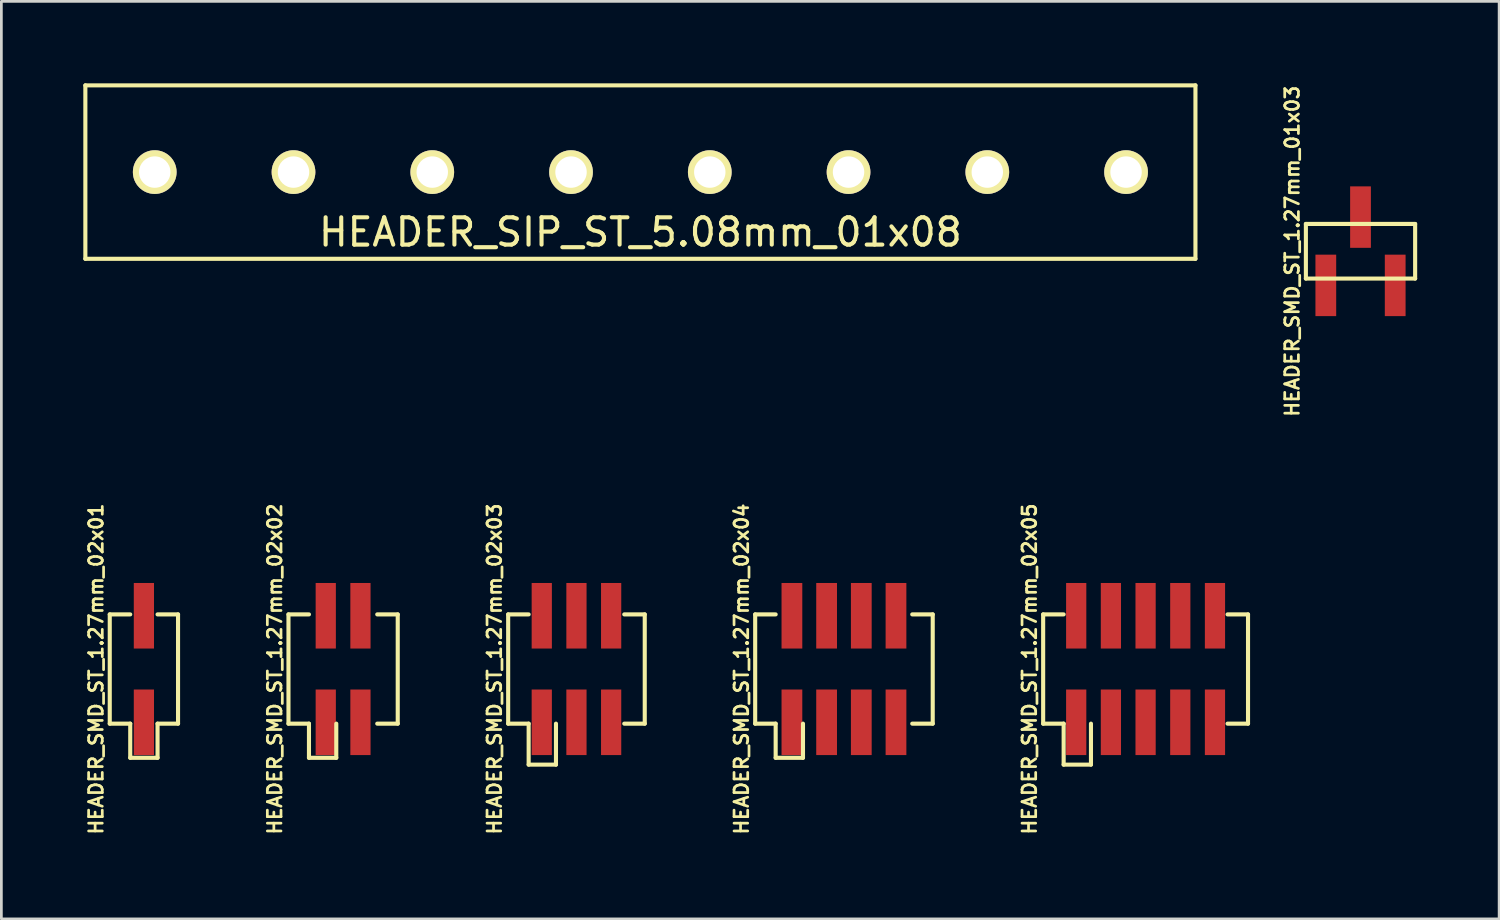
<source format=kicad_pcb>
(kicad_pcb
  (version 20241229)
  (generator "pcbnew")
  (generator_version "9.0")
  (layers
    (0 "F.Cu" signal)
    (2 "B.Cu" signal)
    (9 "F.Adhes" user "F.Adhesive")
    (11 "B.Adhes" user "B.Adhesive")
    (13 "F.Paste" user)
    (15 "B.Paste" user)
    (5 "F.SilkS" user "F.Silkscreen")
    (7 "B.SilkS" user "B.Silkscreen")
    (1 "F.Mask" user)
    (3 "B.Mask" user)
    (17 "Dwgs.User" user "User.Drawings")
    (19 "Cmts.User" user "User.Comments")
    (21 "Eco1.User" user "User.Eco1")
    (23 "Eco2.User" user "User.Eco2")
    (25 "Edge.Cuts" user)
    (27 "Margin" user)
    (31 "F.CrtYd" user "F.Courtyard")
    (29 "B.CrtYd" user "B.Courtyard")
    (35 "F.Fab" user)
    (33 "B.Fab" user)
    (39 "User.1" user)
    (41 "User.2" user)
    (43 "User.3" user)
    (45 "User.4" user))
  (footprint "HEADER_SIP_ST_5.08mm_01x08"
    (layer "F.Cu")
    (at 20.395 3.25)
    (property "Reference" "HEADER_SIP_ST_5.08mm_01x08" (at 0 2.2 0) (layer "F.SilkS") (effects (font (size 1 1) (thickness 0.15))))
    (attr through_hole)
    (fp_line (start -20.32 -3.175) (end -20.32 3.175) (stroke (width 0.15) (type solid)) (layer "F.SilkS"))
    (fp_line (start -20.32 -3.175) (end 20.32 -3.175) (stroke (width 0.15) (type solid)) (layer "F.SilkS"))
    (fp_line (start -20.32 3.175) (end 20.32 3.175) (stroke (width 0.15) (type solid)) (layer "F.SilkS"))
    (fp_line (start 20.32 -3.175) (end 20.32 3.175) (stroke (width 0.15) (type solid)) (layer "F.SilkS"))
    (pad "1" thru_hole circle (at -17.78 0) (size 1.6 1.6) (drill 1.15) (layers "*.Cu" "*.Mask" "F.SilkS"))
    (pad "2" thru_hole circle (at -12.7 0) (size 1.6 1.6) (drill 1.15) (layers "*.Cu" "*.Mask" "F.SilkS"))
    (pad "3" thru_hole circle (at -7.62 0) (size 1.6 1.6) (drill 1.15) (layers "*.Cu" "*.Mask" "F.SilkS"))
    (pad "4" thru_hole circle (at -2.54 0) (size 1.6 1.6) (drill 1.15) (layers "*.Cu" "*.Mask" "F.SilkS"))
    (pad "5" thru_hole circle (at 2.54 0) (size 1.6 1.6) (drill 1.15) (layers "*.Cu" "*.Mask" "F.SilkS"))
    (pad "6" thru_hole circle (at 7.62 0) (size 1.6 1.6) (drill 1.15) (layers "*.Cu" "*.Mask" "F.SilkS"))
    (pad "7" thru_hole circle (at 12.7 0) (size 1.6 1.6) (drill 1.15) (layers "*.Cu" "*.Mask" "F.SilkS"))
    (pad "8" thru_hole circle (at 17.78 0) (size 1.6 1.6) (drill 1.15) (layers "*.Cu" "*.Mask" "F.SilkS")))
  (footprint "HEADER_SMD_ST_1.27mm_02x03"
    (layer "F.Cu")
    (at 18.054 21.443)
    (property "Reference" "HEADER_SMD_ST_1.27mm_02x03" (at -3 0 90) (layer "F.SilkS") (effects (font (size 0.5 0.5) (thickness 0.1))))
    (attr through_hole)
    (fp_line (start -2.5 -2) (end -2.5 2) (stroke (width 0.15) (type solid)) (layer "F.SilkS"))
    (fp_line (start -2.5 2) (end -1.75 2) (stroke (width 0.15) (type solid)) (layer "F.SilkS"))
    (fp_line (start -1.75 -2) (end -2.5 -2) (stroke (width 0.15) (type solid)) (layer "F.SilkS"))
    (fp_line (start -1.75 2) (end -1.75 3.5) (stroke (width 0.15) (type solid)) (layer "F.SilkS"))
    (fp_line (start -1.75 3.5) (end -0.75 3.5) (stroke (width 0.15) (type solid)) (layer "F.SilkS"))
    (fp_line (start -0.75 3.5) (end -0.75 2) (stroke (width 0.15) (type solid)) (layer "F.SilkS"))
    (fp_line (start 1.75 -2) (end 2.5 -2) (stroke (width 0.15) (type solid)) (layer "F.SilkS"))
    (fp_line (start 2.5 -2) (end 2.5 2) (stroke (width 0.15) (type solid)) (layer "F.SilkS"))
    (fp_line (start 2.5 2) (end 1.75 2) (stroke (width 0.15) (type solid)) (layer "F.SilkS"))
    (pad "1" smd rect (at -1.27 1.95) (size 0.74 2.4) (layers "F.Cu" "F.Mask" "F.Paste"))
    (pad "2" smd rect (at -1.27 -1.95) (size 0.74 2.4) (layers "F.Cu" "F.Mask" "F.Paste"))
    (pad "3" smd rect (at 0 1.95) (size 0.74 2.4) (layers "F.Cu" "F.Mask" "F.Paste"))
    (pad "4" smd rect (at 0 -1.95) (size 0.74 2.4) (layers "F.Cu" "F.Mask" "F.Paste"))
    (pad "5" smd rect (at 1.27 1.95) (size 0.74 2.4) (layers "F.Cu" "F.Mask" "F.Paste"))
    (pad "6" smd rect (at 1.27 -1.95) (size 0.74 2.4) (layers "F.Cu" "F.Mask" "F.Paste")))
  (footprint "HEADER_SMD_ST_1.27mm_02x02"
    (layer "F.Cu")
    (at 9.511 21.443)
    (property "Reference" "HEADER_SMD_ST_1.27mm_02x02" (at -2.5 0 90) (layer "F.SilkS") (effects (font (size 0.5 0.5) (thickness 0.1))))
    (attr through_hole)
    (fp_line (start -2 -2) (end -2 2) (stroke (width 0.15) (type solid)) (layer "F.SilkS"))
    (fp_line (start -2 2) (end -1.25 2) (stroke (width 0.15) (type solid)) (layer "F.SilkS"))
    (fp_line (start -1.25 -2) (end -2 -2) (stroke (width 0.15) (type solid)) (layer "F.SilkS"))
    (fp_line (start -1.25 2) (end -1.25 3.25) (stroke (width 0.15) (type solid)) (layer "F.SilkS"))
    (fp_line (start -1.25 3.25) (end -0.25 3.25) (stroke (width 0.15) (type solid)) (layer "F.SilkS"))
    (fp_line (start -0.25 3.25) (end -0.25 2) (stroke (width 0.15) (type solid)) (layer "F.SilkS"))
    (fp_line (start 1.25 -2) (end 2 -2) (stroke (width 0.15) (type solid)) (layer "F.SilkS"))
    (fp_line (start 2 -2) (end 2 2) (stroke (width 0.15) (type solid)) (layer "F.SilkS"))
    (fp_line (start 2 2) (end 1.25 2) (stroke (width 0.15) (type solid)) (layer "F.SilkS"))
    (pad "1" smd rect (at -0.635 1.95) (size 0.74 2.4) (layers "F.Cu" "F.Mask" "F.Paste"))
    (pad "2" smd rect (at -0.635 -1.95) (size 0.74 2.4) (layers "F.Cu" "F.Mask" "F.Paste"))
    (pad "3" smd rect (at 0.635 1.95) (size 0.74 2.4) (layers "F.Cu" "F.Mask" "F.Paste"))
    (pad "4" smd rect (at 0.635 -1.95) (size 0.74 2.4) (layers "F.Cu" "F.Mask" "F.Paste")))
  (footprint "HEADER_SMD_ST_1.27mm_02x04"
    (layer "F.Cu")
    (at 27.847 21.443)
    (property "Reference" "HEADER_SMD_ST_1.27mm_02x04" (at -3.75 0 90) (layer "F.SilkS") (effects (font (size 0.5 0.5) (thickness 0.1))))
    (attr through_hole)
    (fp_line (start -3.25 -2) (end -3.25 2) (stroke (width 0.15) (type solid)) (layer "F.SilkS"))
    (fp_line (start -3.25 2) (end -2.5 2) (stroke (width 0.15) (type solid)) (layer "F.SilkS"))
    (fp_line (start -2.5 -2) (end -3.25 -2) (stroke (width 0.15) (type solid)) (layer "F.SilkS"))
    (fp_line (start -2.5 2) (end -2.5 3.25) (stroke (width 0.15) (type solid)) (layer "F.SilkS"))
    (fp_line (start -2.5 3.25) (end -1.5 3.25) (stroke (width 0.15) (type solid)) (layer "F.SilkS"))
    (fp_line (start -1.5 3.25) (end -1.5 2) (stroke (width 0.15) (type solid)) (layer "F.SilkS"))
    (fp_line (start 2.5 2) (end 3.25 2) (stroke (width 0.15) (type solid)) (layer "F.SilkS"))
    (fp_line (start 3.25 -2) (end 2.5 -2) (stroke (width 0.15) (type solid)) (layer "F.SilkS"))
    (fp_line (start 3.25 2) (end 3.25 -2) (stroke (width 0.15) (type solid)) (layer "F.SilkS"))
    (pad "1" smd rect (at -1.905 1.95 90) (size 2.4 0.76) (layers "F.Cu" "F.Mask" "F.Paste"))
    (pad "2" smd rect (at -1.905 -1.95 90) (size 2.4 0.76) (layers "F.Cu" "F.Mask" "F.Paste"))
    (pad "3" smd rect (at -0.635 1.95 90) (size 2.4 0.76) (layers "F.Cu" "F.Mask" "F.Paste"))
    (pad "4" smd rect (at -0.635 -1.95 90) (size 2.4 0.76) (layers "F.Cu" "F.Mask" "F.Paste"))
    (pad "5" smd rect (at 0.635 1.95 90) (size 2.4 0.76) (layers "F.Cu" "F.Mask" "F.Paste"))
    (pad "6" smd rect (at 0.635 -1.95 90) (size 2.4 0.76) (layers "F.Cu" "F.Mask" "F.Paste"))
    (pad "7" smd rect (at 1.905 1.95 90) (size 2.4 0.76) (layers "F.Cu" "F.Mask" "F.Paste"))
    (pad "8" smd rect (at 1.905 -1.95 90) (size 2.4 0.76) (layers "F.Cu" "F.Mask" "F.Paste")))
  (footprint "HEADER_SMD_ST_1.27mm_02x01"
    (layer "F.Cu")
    (at 2.218 21.443)
    (property "Reference" "HEADER_SMD_ST_1.27mm_02x01" (at -1.75 0 90) (layer "F.SilkS") (effects (font (size 0.5 0.5) (thickness 0.1))))
    (attr through_hole)
    (fp_line (start -1.25 -2) (end -0.5 -2) (stroke (width 0.15) (type solid)) (layer "F.SilkS"))
    (fp_line (start -1.25 2) (end -1.25 -2) (stroke (width 0.15) (type solid)) (layer "F.SilkS"))
    (fp_line (start -0.5 2) (end -1.25 2) (stroke (width 0.15) (type solid)) (layer "F.SilkS"))
    (fp_line (start -0.5 2) (end -0.5 3.25) (stroke (width 0.15) (type solid)) (layer "F.SilkS"))
    (fp_line (start -0.5 3.25) (end 0.5 3.25) (stroke (width 0.15) (type solid)) (layer "F.SilkS"))
    (fp_line (start 0.5 -2) (end 1.25 -2) (stroke (width 0.15) (type solid)) (layer "F.SilkS"))
    (fp_line (start 0.5 2) (end 1.25 2) (stroke (width 0.15) (type solid)) (layer "F.SilkS"))
    (fp_line (start 0.5 3.25) (end 0.5 2) (stroke (width 0.15) (type solid)) (layer "F.SilkS"))
    (fp_line (start 1.25 -2) (end 1.25 2) (stroke (width 0.15) (type solid)) (layer "F.SilkS"))
    (pad "1" smd rect (at 0 1.95) (size 0.74 2.4) (layers "F.Cu" "F.Mask" "F.Paste"))
    (pad "2" smd rect (at 0 -1.95) (size 0.74 2.4) (layers "F.Cu" "F.Mask" "F.Paste")))
  (footprint "HEADER_SMD_ST_1.27mm_01x03"
    (layer "F.Cu")
    (at 46.758 6.148)
    (property "Reference" "HEADER_SMD_ST_1.27mm_01x03" (at -2.5 0 90) (layer "F.SilkS") (effects (font (size 0.5 0.5) (thickness 0.1))))
    (attr through_hole)
    (fp_line (start -2 -1) (end 2 -1) (stroke (width 0.15) (type solid)) (layer "F.SilkS"))
    (fp_line (start -2 1) (end -2 -1) (stroke (width 0.15) (type solid)) (layer "F.SilkS"))
    (fp_line (start 2 -1) (end 2 1) (stroke (width 0.15) (type solid)) (layer "F.SilkS"))
    (fp_line (start 2 1) (end -2 1) (stroke (width 0.15) (type solid)) (layer "F.SilkS"))
    (pad "1" smd rect (at -1.27 1.25) (size 0.76 2.25) (layers "F.Cu" "F.Mask" "F.Paste"))
    (pad "2" smd rect (at 0 -1.25) (size 0.76 2.25) (layers "F.Cu" "F.Mask" "F.Paste"))
    (pad "3" smd rect (at 1.27 1.25) (size 0.76 2.25) (layers "F.Cu" "F.Mask" "F.Paste")))
  (footprint "HEADER_SMD_ST_1.27mm_02x05"
    (layer "F.Cu")
    (at 38.89 21.443)
    (property "Reference" "HEADER_SMD_ST_1.27mm_02x05" (at -4.25 0 90) (layer "F.SilkS") (effects (font (size 0.5 0.5) (thickness 0.1))))
    (attr through_hole)
    (fp_line (start -3.75 -2) (end -3.75 2) (stroke (width 0.15) (type solid)) (layer "F.SilkS"))
    (fp_line (start -3.75 2) (end -3 2) (stroke (width 0.15) (type solid)) (layer "F.SilkS"))
    (fp_line (start -3 -2) (end -3.75 -2) (stroke (width 0.15) (type solid)) (layer "F.SilkS"))
    (fp_line (start -3 2) (end -3 3.5) (stroke (width 0.15) (type solid)) (layer "F.SilkS"))
    (fp_line (start -3 3.5) (end -2 3.5) (stroke (width 0.15) (type solid)) (layer "F.SilkS"))
    (fp_line (start -2 3.5) (end -2 2) (stroke (width 0.15) (type solid)) (layer "F.SilkS"))
    (fp_line (start 3 -2) (end 3.75 -2) (stroke (width 0.15) (type solid)) (layer "F.SilkS"))
    (fp_line (start 3.75 -2) (end 3.75 2) (stroke (width 0.15) (type solid)) (layer "F.SilkS"))
    (fp_line (start 3.75 2) (end 3 2) (stroke (width 0.15) (type solid)) (layer "F.SilkS"))
    (pad "1" smd rect (at -2.54 1.95) (size 0.74 2.4) (layers "F.Cu" "F.Mask" "F.Paste"))
    (pad "2" smd rect (at -2.54 -1.95) (size 0.74 2.4) (layers "F.Cu" "F.Mask" "F.Paste"))
    (pad "3" smd rect (at -1.27 1.95) (size 0.74 2.4) (layers "F.Cu" "F.Mask" "F.Paste"))
    (pad "4" smd rect (at -1.27 -1.95) (size 0.74 2.4) (layers "F.Cu" "F.Mask" "F.Paste"))
    (pad "5" smd rect (at 0 1.95) (size 0.74 2.4) (layers "F.Cu" "F.Mask" "F.Paste"))
    (pad "6" smd rect (at 0 -1.95) (size 0.74 2.4) (layers "F.Cu" "F.Mask" "F.Paste"))
    (pad "7" smd rect (at 1.27 1.95) (size 0.74 2.4) (layers "F.Cu" "F.Mask" "F.Paste"))
    (pad "8" smd rect (at 1.27 -1.95) (size 0.74 2.4) (layers "F.Cu" "F.Mask" "F.Paste"))
    (pad "9" smd rect (at 2.54 1.95) (size 0.74 2.4) (layers "F.Cu" "F.Mask" "F.Paste"))
    (pad "10" smd rect (at 2.54 -1.95) (size 0.74 2.4) (layers "F.Cu" "F.Mask" "F.Paste")))
  (gr_rect
    (start -3 -3)
    (end 51.833 30.59)
    (stroke (width 0.1) (type default))
    (fill no)
    (layer "Edge.Cuts")))
</source>
